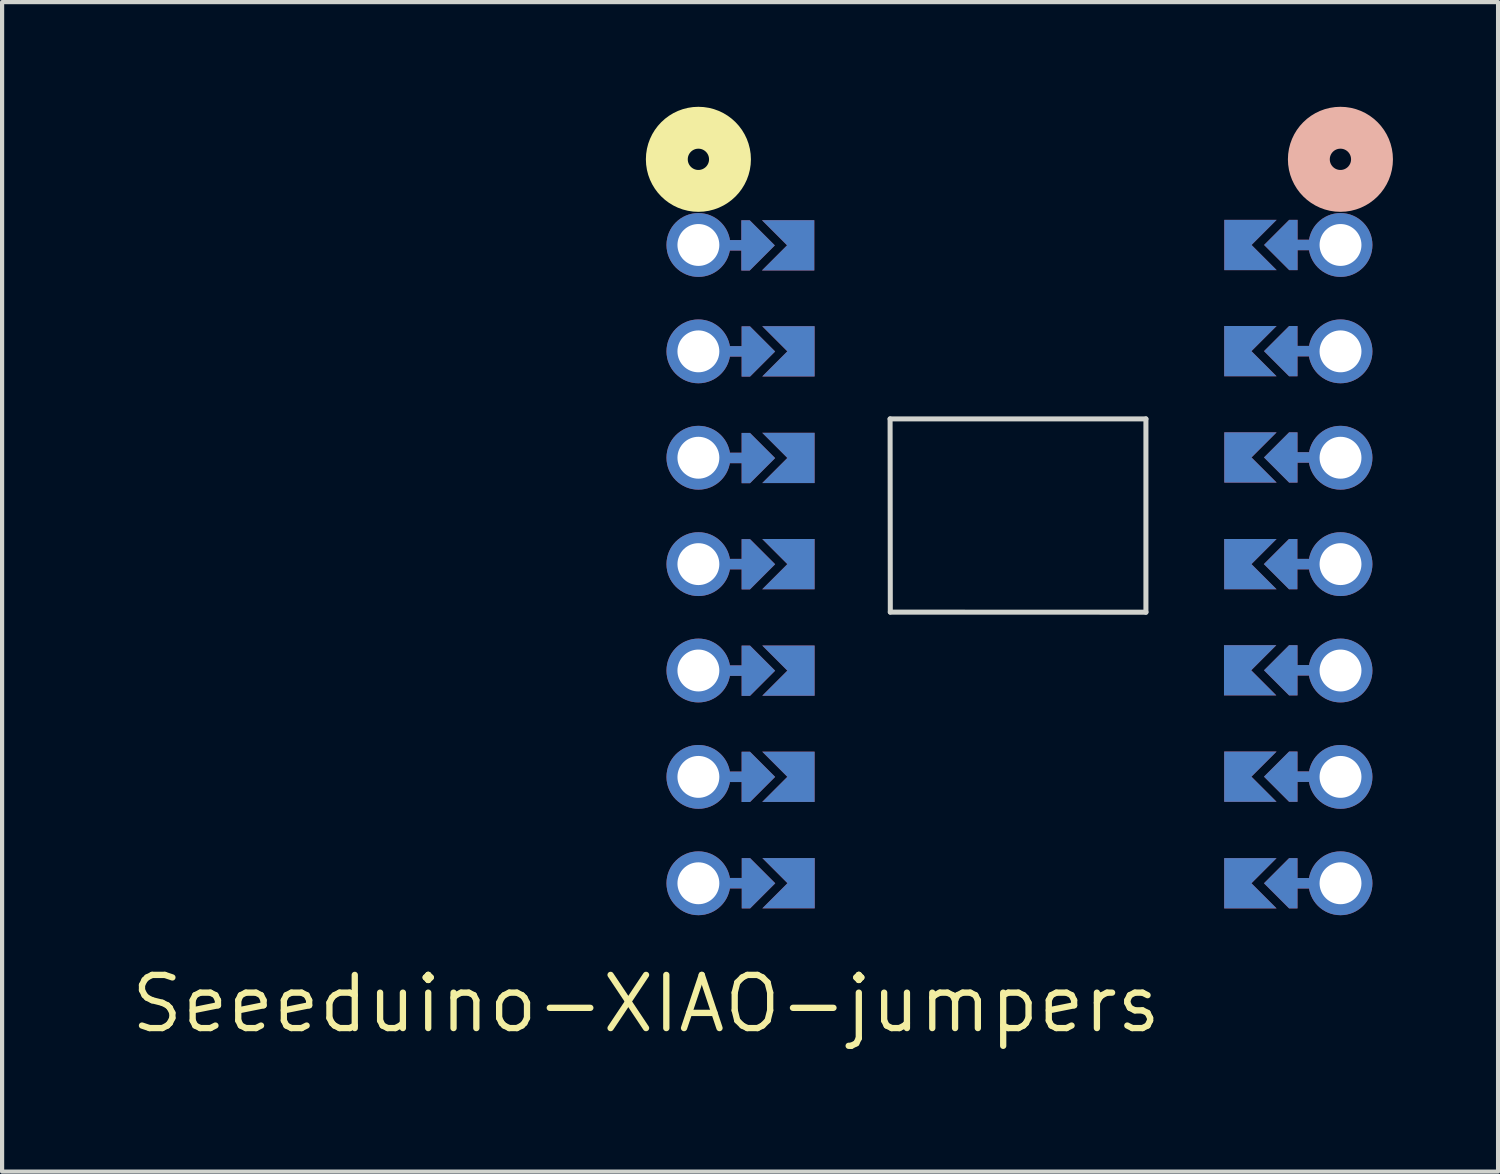
<source format=kicad_pcb>
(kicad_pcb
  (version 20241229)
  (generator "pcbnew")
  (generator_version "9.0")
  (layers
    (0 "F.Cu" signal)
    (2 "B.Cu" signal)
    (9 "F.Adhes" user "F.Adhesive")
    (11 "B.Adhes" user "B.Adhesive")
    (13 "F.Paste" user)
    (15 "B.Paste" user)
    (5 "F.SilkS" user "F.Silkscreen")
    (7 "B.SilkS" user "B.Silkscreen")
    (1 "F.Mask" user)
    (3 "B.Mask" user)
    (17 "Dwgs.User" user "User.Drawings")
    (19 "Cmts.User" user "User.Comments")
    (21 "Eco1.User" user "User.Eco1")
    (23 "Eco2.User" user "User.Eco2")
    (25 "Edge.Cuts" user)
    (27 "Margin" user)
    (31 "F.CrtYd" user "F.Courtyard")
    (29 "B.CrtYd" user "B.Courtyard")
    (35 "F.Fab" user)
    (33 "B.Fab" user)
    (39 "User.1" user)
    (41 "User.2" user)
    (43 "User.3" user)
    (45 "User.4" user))
  (footprint "Seeeduino-XIAO-jumpers"
    (layer "F.Cu")
    (at 12.375 20.917)
    (property "Reference" "Seeeduino-XIAO-jumpers" (at 0 0 0) (layer "F.SilkS") (effects (font (size 1.27 1.27) (thickness 0.15))))
    (attr smd)
    (fp_circle (center 1.25 -20.163) (end 1.25 -20.417) (stroke (width 1) (type solid)) (fill no) (layer "F.SilkS"))
    (fp_circle (center 16.579 -20.163) (end 16.579 -20.417) (stroke (width 1) (type solid)) (fill no) (layer "B.SilkS"))
    (fp_line (start 5.827 -13.965) (end 11.935 -13.965) (stroke (width 0.12) (type solid)) (layer "Edge.Cuts"))
    (fp_line (start 5.832 -9.352) (end 5.827 -13.965) (stroke (width 0.12) (type solid)) (layer "Edge.Cuts"))
    (fp_line (start 11.935 -13.965) (end 11.935 -9.35) (stroke (width 0.12) (type solid)) (layer "Edge.Cuts"))
    (fp_line (start 11.935 -9.35) (end 5.832 -9.352) (stroke (width 0.12) (type solid)) (layer "Edge.Cuts"))
    (pad "" thru_hole circle (at 1.25 -18.118 270) (size 1.524 1.524) (drill 1) (layers "*.Cu" "*.Mask"))
    (pad "" thru_hole circle (at 1.25 -15.578 270) (size 1.524 1.524) (drill 1) (layers "*.Cu" "*.Mask"))
    (pad "" thru_hole circle (at 1.25 -13.038 270) (size 1.524 1.524) (drill 1) (layers "*.Cu" "*.Mask"))
    (pad "" thru_hole circle (at 1.25 -10.498 270) (size 1.524 1.524) (drill 1) (layers "*.Cu" "*.Mask"))
    (pad "" thru_hole circle (at 1.25 -7.958 270) (size 1.524 1.524) (drill 1) (layers "*.Cu" "*.Mask"))
    (pad "" thru_hole circle (at 1.25 -5.418 270) (size 1.524 1.524) (drill 1) (layers "*.Cu" "*.Mask"))
    (pad "" thru_hole circle (at 1.25 -2.878 270) (size 1.524 1.524) (drill 1) (layers "*.Cu" "*.Mask"))
    (pad "" smd custom (at 2.243 -18.11 90) (size 0.25 1) (layers "F.Cu") (options (anchor rect)) (primitives))
    (pad "" smd custom (at 2.243 -18.11 90) (size 0.25 1) (layers "B.Cu") (options (anchor rect)) (primitives))
    (pad "" smd custom (at 2.25 -15.578 90) (size 0.25 1) (layers "B.Cu") (options (anchor rect)) (primitives))
    (pad "" smd custom (at 2.25 -13.033 90) (size 0.25 1) (layers "F.Cu") (options (anchor rect)) (primitives))
    (pad "" smd custom (at 2.25 -13.033 90) (size 0.25 1) (layers "B.Cu") (options (anchor rect)) (primitives))
    (pad "" smd custom (at 2.25 -10.498 90) (size 0.25 1) (layers "F.Cu") (options (anchor rect)) (primitives))
    (pad "" smd custom (at 2.25 -10.498 90) (size 0.25 1) (layers "B.Cu") (options (anchor rect)) (primitives))
    (pad "" smd custom (at 2.25 -7.955 90) (size 0.25 1) (layers "F.Cu") (options (anchor rect)) (primitives))
    (pad "" smd custom (at 2.25 -7.955 90) (size 0.25 1) (layers "B.Cu") (options (anchor rect)) (primitives))
    (pad "" smd custom (at 2.25 -5.42 90) (size 0.25 1) (layers "F.Cu") (options (anchor rect)) (primitives))
    (pad "" smd custom (at 2.25 -5.42 90) (size 0.25 1) (layers "B.Cu") (options (anchor rect)) (primitives))
    (pad "" smd custom (at 2.253 -15.578 90) (size 0.25 1) (layers "F.Cu") (options (anchor rect)) (primitives))
    (pad "" smd custom (at 2.253 -2.88 90) (size 0.25 1) (layers "F.Cu") (options (anchor rect)) (primitives))
    (pad "" smd custom (at 2.253 -2.88 90) (size 0.25 1) (layers "B.Cu") (options (anchor rect)) (primitives))
    (pad "" smd custom (at 2.675 -18.108 90) (size 0.1 0.1) (layers "F.Cu" "F.Mask") (options (anchor rect)) (primitives (gr_poly (pts (xy 0.6 -0.2) (xy 0 0.4) (xy -0.6 -0.2) (xy -0.6 -0.4) (xy 0.6 -0.4)) (width 0) (fill yes))))
    (pad "" smd custom (at 2.675 -18.108 90) (size 0.1 0.1) (layers "B.Cu" "B.Mask") (options (anchor rect)) (primitives (gr_poly (pts (xy 0.6 -0.2) (xy 0 0.4) (xy -0.6 -0.2) (xy -0.6 -0.4) (xy 0.6 -0.4)) (width 0) (fill yes))))
    (pad "" smd custom (at 2.682 -15.575 90) (size 0.1 0.1) (layers "F.Cu" "F.Mask") (options (anchor rect)) (primitives (gr_poly (pts (xy 0.6 -0.2) (xy 0 0.4) (xy -0.6 -0.2) (xy -0.6 -0.4) (xy 0.6 -0.4)) (width 0) (fill yes))))
    (pad "" smd custom (at 2.682 -15.575 90) (size 0.1 0.1) (layers "B.Cu" "B.Mask") (options (anchor rect)) (primitives (gr_poly (pts (xy 0.6 -0.2) (xy 0 0.4) (xy -0.6 -0.2) (xy -0.6 -0.4) (xy 0.6 -0.4)) (width 0) (fill yes))))
    (pad "" smd custom (at 2.682 -13.03 90) (size 0.1 0.1) (layers "F.Cu" "F.Mask") (options (anchor rect)) (primitives (gr_poly (pts (xy 0.6 -0.2) (xy 0 0.4) (xy -0.6 -0.2) (xy -0.6 -0.4) (xy 0.6 -0.4)) (width 0) (fill yes))))
    (pad "" smd custom (at 2.682 -13.03 90) (size 0.1 0.1) (layers "B.Cu" "B.Mask") (options (anchor rect)) (primitives (gr_poly (pts (xy 0.6 -0.2) (xy 0 0.4) (xy -0.6 -0.2) (xy -0.6 -0.4) (xy 0.6 -0.4)) (width 0) (fill yes))))
    (pad "" smd custom (at 2.682 -10.495 90) (size 0.1 0.1) (layers "F.Cu" "F.Mask") (options (anchor rect)) (primitives (gr_poly (pts (xy 0.6 -0.2) (xy 0 0.4) (xy -0.6 -0.2) (xy -0.6 -0.4) (xy 0.6 -0.4)) (width 0) (fill yes))))
    (pad "" smd custom (at 2.682 -10.495 90) (size 0.1 0.1) (layers "B.Cu" "B.Mask") (options (anchor rect)) (primitives (gr_poly (pts (xy 0.6 -0.2) (xy 0 0.4) (xy -0.6 -0.2) (xy -0.6 -0.4) (xy 0.6 -0.4)) (width 0) (fill yes))))
    (pad "" smd custom (at 2.682 -7.953 90) (size 0.1 0.1) (layers "F.Cu" "F.Mask") (options (anchor rect)) (primitives (gr_poly (pts (xy 0.6 -0.2) (xy 0 0.4) (xy -0.6 -0.2) (xy -0.6 -0.4) (xy 0.6 -0.4)) (width 0) (fill yes))))
    (pad "" smd custom (at 2.682 -7.953 90) (size 0.1 0.1) (layers "B.Cu" "B.Mask") (options (anchor rect)) (primitives (gr_poly (pts (xy 0.6 -0.2) (xy 0 0.4) (xy -0.6 -0.2) (xy -0.6 -0.4) (xy 0.6 -0.4)) (width 0) (fill yes))))
    (pad "" smd custom (at 2.682 -5.418 90) (size 0.1 0.1) (layers "F.Cu" "F.Mask") (options (anchor rect)) (primitives (gr_poly (pts (xy 0.6 -0.2) (xy 0 0.4) (xy -0.6 -0.2) (xy -0.6 -0.4) (xy 0.6 -0.4)) (width 0) (fill yes))))
    (pad "" smd custom (at 2.682 -5.418 90) (size 0.1 0.1) (layers "B.Cu" "B.Mask") (options (anchor rect)) (primitives (gr_poly (pts (xy 0.6 -0.2) (xy 0 0.4) (xy -0.6 -0.2) (xy -0.6 -0.4) (xy 0.6 -0.4)) (width 0) (fill yes))))
    (pad "" smd custom (at 2.685 -2.878 90) (size 0.1 0.1) (layers "F.Cu" "F.Mask") (options (anchor rect)) (primitives (gr_poly (pts (xy 0.6 -0.2) (xy 0 0.4) (xy -0.6 -0.2) (xy -0.6 -0.4) (xy 0.6 -0.4)) (width 0) (fill yes))))
    (pad "" smd custom (at 2.685 -2.878 90) (size 0.1 0.1) (layers "B.Cu" "B.Mask") (options (anchor rect)) (primitives (gr_poly (pts (xy 0.6 -0.2) (xy 0 0.4) (xy -0.6 -0.2) (xy -0.6 -0.4) (xy 0.6 -0.4)) (width 0) (fill yes))))
    (pad "" smd custom (at 15.151 -10.498 270) (size 0.1 0.1) (layers "F.Cu" "F.Mask") (options (anchor rect)) (primitives (gr_poly (pts (xy 0.6 -0.2) (xy 0 0.4) (xy -0.6 -0.2) (xy -0.6 -0.4) (xy 0.6 -0.4)) (width 0) (fill yes))))
    (pad "" smd custom (at 15.151 -10.498 270) (size 0.1 0.1) (layers "B.Cu" "B.Mask") (options (anchor rect)) (primitives (gr_poly (pts (xy 0.6 -0.2) (xy 0 0.4) (xy -0.6 -0.2) (xy -0.6 -0.4) (xy 0.6 -0.4)) (width 0) (fill yes))))
    (pad "" smd custom (at 15.154 -15.583 270) (size 0.1 0.1) (layers "F.Cu" "F.Mask") (options (anchor rect)) (primitives (gr_poly (pts (xy 0.6 -0.2) (xy 0 0.4) (xy -0.6 -0.2) (xy -0.6 -0.4) (xy 0.6 -0.4)) (width 0) (fill yes))))
    (pad "" smd custom (at 15.154 -15.583 270) (size 0.1 0.1) (layers "B.Cu" "B.Mask") (options (anchor rect)) (primitives (gr_poly (pts (xy 0.6 -0.2) (xy 0 0.4) (xy -0.6 -0.2) (xy -0.6 -0.4) (xy 0.6 -0.4)) (width 0) (fill yes))))
    (pad "" smd custom (at 15.154 -13.045 270) (size 0.1 0.1) (layers "F.Cu" "F.Mask") (options (anchor rect)) (primitives (gr_poly (pts (xy 0.6 -0.2) (xy 0 0.4) (xy -0.6 -0.2) (xy -0.6 -0.4) (xy 0.6 -0.4)) (width 0) (fill yes))))
    (pad "" smd custom (at 15.154 -13.045 270) (size 0.1 0.1) (layers "B.Cu" "B.Mask") (options (anchor rect)) (primitives (gr_poly (pts (xy 0.6 -0.2) (xy 0 0.4) (xy -0.6 -0.2) (xy -0.6 -0.4) (xy 0.6 -0.4)) (width 0) (fill yes))))
    (pad "" smd custom (at 15.154 -7.963 270) (size 0.1 0.1) (layers "F.Cu" "F.Mask") (options (anchor rect)) (primitives (gr_poly (pts (xy 0.6 -0.2) (xy 0 0.4) (xy -0.6 -0.2) (xy -0.6 -0.4) (xy 0.6 -0.4)) (width 0) (fill yes))))
    (pad "" smd custom (at 15.154 -7.963 270) (size 0.1 0.1) (layers "B.Cu" "B.Mask") (options (anchor rect)) (primitives (gr_poly (pts (xy 0.6 -0.2) (xy 0 0.4) (xy -0.6 -0.2) (xy -0.6 -0.4) (xy 0.6 -0.4)) (width 0) (fill yes))))
    (pad "" smd custom (at 15.154 -5.423 270) (size 0.1 0.1) (layers "F.Cu" "F.Mask") (options (anchor rect)) (primitives (gr_poly (pts (xy 0.6 -0.2) (xy 0 0.4) (xy -0.6 -0.2) (xy -0.6 -0.4) (xy 0.6 -0.4)) (width 0) (fill yes))))
    (pad "" smd custom (at 15.154 -5.423 270) (size 0.1 0.1) (layers "B.Cu" "B.Mask") (options (anchor rect)) (primitives (gr_poly (pts (xy 0.6 -0.2) (xy 0 0.4) (xy -0.6 -0.2) (xy -0.6 -0.4) (xy 0.6 -0.4)) (width 0) (fill yes))))
    (pad "" smd custom (at 15.154 -2.878 270) (size 0.1 0.1) (layers "F.Cu" "F.Mask") (options (anchor rect)) (primitives (gr_poly (pts (xy 0.6 -0.2) (xy 0 0.4) (xy -0.6 -0.2) (xy -0.6 -0.4) (xy 0.6 -0.4)) (width 0) (fill yes))))
    (pad "" smd custom (at 15.154 -2.878 270) (size 0.1 0.1) (layers "B.Cu" "B.Mask") (options (anchor rect)) (primitives (gr_poly (pts (xy 0.6 -0.2) (xy 0 0.4) (xy -0.6 -0.2) (xy -0.6 -0.4) (xy 0.6 -0.4)) (width 0) (fill yes))))
    (pad "" smd custom (at 15.156 -18.118 270) (size 0.1 0.1) (layers "F.Cu" "F.Mask") (options (anchor rect)) (primitives (gr_poly (pts (xy 0.6 -0.2) (xy 0 0.4) (xy -0.6 -0.2) (xy -0.6 -0.4) (xy 0.6 -0.4)) (width 0) (fill yes))))
    (pad "" smd custom (at 15.156 -18.118 270) (size 0.1 0.1) (layers "B.Cu" "B.Mask") (options (anchor rect)) (primitives (gr_poly (pts (xy 0.6 -0.2) (xy 0 0.4) (xy -0.6 -0.2) (xy -0.6 -0.4) (xy 0.6 -0.4)) (width 0) (fill yes))))
    (pad "" smd custom (at 15.573 -7.963 270) (size 0.25 1) (layers "F.Cu") (options (anchor rect)) (primitives))
    (pad "" smd custom (at 15.573 -7.963 270) (size 0.25 1) (layers "B.Cu") (options (anchor rect)) (primitives))
    (pad "" smd custom (at 15.578 -15.583 270) (size 0.25 1) (layers "F.Cu") (options (anchor rect)) (primitives))
    (pad "" smd custom (at 15.578 -15.583 270) (size 0.25 1) (layers "B.Cu") (options (anchor rect)) (primitives))
    (pad "" smd custom (at 15.578 -10.498 270) (size 0.25 1) (layers "F.Cu") (options (anchor rect)) (primitives))
    (pad "" smd custom (at 15.578 -10.498 270) (size 0.25 1) (layers "B.Cu") (options (anchor rect)) (primitives))
    (pad "" smd custom (at 15.578 -5.423 270) (size 0.25 1) (layers "F.Cu") (options (anchor rect)) (primitives))
    (pad "" smd custom (at 15.578 -5.423 270) (size 0.25 1) (layers "B.Cu") (options (anchor rect)) (primitives))
    (pad "" smd custom (at 15.578 -2.878 270) (size 0.25 1) (layers "F.Cu") (options (anchor rect)) (primitives))
    (pad "" smd custom (at 15.578 -2.878 270) (size 0.25 1) (layers "B.Cu") (options (anchor rect)) (primitives))
    (pad "" smd custom (at 15.58 -18.118 270) (size 0.25 1) (layers "F.Cu") (options (anchor rect)) (primitives))
    (pad "" smd custom (at 15.58 -18.118 270) (size 0.25 1) (layers "B.Cu") (options (anchor rect)) (primitives))
    (pad "" smd custom (at 15.58 -13.045 270) (size 0.25 1) (layers "F.Cu") (options (anchor rect)) (primitives))
    (pad "" smd custom (at 15.58 -13.045 270) (size 0.25 1) (layers "B.Cu") (options (anchor rect)) (primitives))
    (pad "" thru_hole circle (at 16.581 -18.118 270) (size 1.524 1.524) (drill 1) (layers "*.Cu" "*.Mask"))
    (pad "" thru_hole circle (at 16.581 -15.578 270) (size 1.524 1.524) (drill 1) (layers "*.Cu" "*.Mask"))
    (pad "" thru_hole circle (at 16.581 -13.038 270) (size 1.524 1.524) (drill 1) (layers "*.Cu" "*.Mask"))
    (pad "" thru_hole circle (at 16.581 -10.498 270) (size 1.524 1.524) (drill 1) (layers "*.Cu" "*.Mask"))
    (pad "" thru_hole circle (at 16.581 -7.958 270) (size 1.524 1.524) (drill 1) (layers "*.Cu" "*.Mask"))
    (pad "" thru_hole circle (at 16.581 -5.418 270) (size 1.524 1.524) (drill 1) (layers "*.Cu" "*.Mask"))
    (pad "" thru_hole circle (at 16.581 -2.878 270) (size 1.524 1.524) (drill 1) (layers "*.Cu" "*.Mask"))
    (pad "1" smd custom (at 3.767 -18.11 90) (size 1.2 0.5) (layers "F.Cu" "F.Mask") (options (anchor rect)) (primitives (gr_poly (pts (xy 0.6 0) (xy -0.6 0) (xy -0.6 -1) (xy 0 -0.4) (xy 0.6 -1)) (width 0) (fill yes))))
    (pad "1" smd custom (at 14.056 -18.118 270) (size 1.2 0.5) (layers "B.Cu" "B.Mask") (options (anchor rect)) (primitives (gr_poly (pts (xy 0.6 0) (xy -0.6 0) (xy -0.6 -1) (xy 0 -0.4) (xy 0.6 -1)) (width 0) (fill yes))))
    (pad "2" smd custom (at 3.774 -15.578 90) (size 1.2 0.5) (layers "F.Cu" "F.Mask") (options (anchor rect)) (primitives (gr_poly (pts (xy 0.6 0) (xy -0.6 0) (xy -0.6 -1) (xy 0 -0.4) (xy 0.6 -1)) (width 0) (fill yes))))
    (pad "2" smd custom (at 14.054 -15.583 270) (size 1.2 0.5) (layers "B.Cu" "B.Mask") (options (anchor rect)) (primitives (gr_poly (pts (xy 0.6 0) (xy -0.6 0) (xy -0.6 -1) (xy 0 -0.4) (xy 0.6 -1)) (width 0) (fill yes))))
    (pad "3" smd custom (at 3.774 -13.033 90) (size 1.2 0.5) (layers "F.Cu" "F.Mask") (options (anchor rect)) (primitives (gr_poly (pts (xy 0.6 0) (xy -0.6 0) (xy -0.6 -1) (xy 0 -0.4) (xy 0.6 -1)) (width 0) (fill yes))))
    (pad "3" smd custom (at 14.056 -13.045 270) (size 1.2 0.5) (layers "B.Cu" "B.Mask") (options (anchor rect)) (primitives (gr_poly (pts (xy 0.6 0) (xy -0.6 0) (xy -0.6 -1) (xy 0 -0.4) (xy 0.6 -1)) (width 0) (fill yes))))
    (pad "4" smd custom (at 3.774 -10.498 90) (size 1.2 0.5) (layers "F.Cu" "F.Mask") (options (anchor rect)) (primitives (gr_poly (pts (xy 0.6 0) (xy -0.6 0) (xy -0.6 -1) (xy 0 -0.4) (xy 0.6 -1)) (width 0) (fill yes))))
    (pad "4" smd custom (at 14.054 -10.498 270) (size 1.2 0.5) (layers "B.Cu" "B.Mask") (options (anchor rect)) (primitives (gr_poly (pts (xy 0.6 0) (xy -0.6 0) (xy -0.6 -1) (xy 0 -0.4) (xy 0.6 -1)) (width 0) (fill yes))))
    (pad "5" smd custom (at 3.774 -7.955 90) (size 1.2 0.5) (layers "F.Cu" "F.Mask") (options (anchor rect)) (primitives (gr_poly (pts (xy 0.6 0) (xy -0.6 0) (xy -0.6 -1) (xy 0 -0.4) (xy 0.6 -1)) (width 0) (fill yes))))
    (pad "5" smd custom (at 14.049 -7.963 270) (size 1.2 0.5) (layers "B.Cu" "B.Mask") (options (anchor rect)) (primitives (gr_poly (pts (xy 0.6 0) (xy -0.6 0) (xy -0.6 -1) (xy 0 -0.4) (xy 0.6 -1)) (width 0) (fill yes))))
    (pad "6" smd custom (at 3.774 -5.42 90) (size 1.2 0.5) (layers "F.Cu" "F.Mask") (options (anchor rect)) (primitives (gr_poly (pts (xy 0.6 0) (xy -0.6 0) (xy -0.6 -1) (xy 0 -0.4) (xy 0.6 -1)) (width 0) (fill yes))))
    (pad "6" smd custom (at 14.054 -5.423 270) (size 1.2 0.5) (layers "B.Cu" "B.Mask") (options (anchor rect)) (primitives (gr_poly (pts (xy 0.6 0) (xy -0.6 0) (xy -0.6 -1) (xy 0 -0.4) (xy 0.6 -1)) (width 0) (fill yes))))
    (pad "7" smd custom (at 3.777 -2.88 90) (size 1.2 0.5) (layers "F.Cu" "F.Mask") (options (anchor rect)) (primitives (gr_poly (pts (xy 0.6 0) (xy -0.6 0) (xy -0.6 -1) (xy 0 -0.4) (xy 0.6 -1)) (width 0) (fill yes))))
    (pad "7" smd custom (at 14.054 -2.878 270) (size 1.2 0.5) (layers "B.Cu" "B.Mask") (options (anchor rect)) (primitives (gr_poly (pts (xy 0.6 0) (xy -0.6 0) (xy -0.6 -1) (xy 0 -0.4) (xy 0.6 -1)) (width 0) (fill yes))))
    (pad "8" smd custom (at 3.777 -2.88 90) (size 1.2 0.5) (layers "B.Cu" "B.Mask") (options (anchor rect)) (primitives (gr_poly (pts (xy 0.6 0) (xy -0.6 0) (xy -0.6 -1) (xy 0 -0.4) (xy 0.6 -1)) (width 0) (fill yes))))
    (pad "8" smd custom (at 14.054 -2.878 270) (size 1.2 0.5) (layers "F.Cu" "F.Mask") (options (anchor rect)) (primitives (gr_poly (pts (xy 0.6 0) (xy -0.6 0) (xy -0.6 -1) (xy 0 -0.4) (xy 0.6 -1)) (width 0) (fill yes))))
    (pad "9" smd custom (at 3.774 -5.42 90) (size 1.2 0.5) (layers "B.Cu" "B.Mask") (options (anchor rect)) (primitives (gr_poly (pts (xy 0.6 0) (xy -0.6 0) (xy -0.6 -1) (xy 0 -0.4) (xy 0.6 -1)) (width 0) (fill yes))))
    (pad "9" smd custom (at 14.054 -5.423 270) (size 1.2 0.5) (layers "F.Cu" "F.Mask") (options (anchor rect)) (primitives (gr_poly (pts (xy 0.6 0) (xy -0.6 0) (xy -0.6 -1) (xy 0 -0.4) (xy 0.6 -1)) (width 0) (fill yes))))
    (pad "10" smd custom (at 3.774 -7.955 90) (size 1.2 0.5) (layers "B.Cu" "B.Mask") (options (anchor rect)) (primitives (gr_poly (pts (xy 0.6 0) (xy -0.6 0) (xy -0.6 -1) (xy 0 -0.4) (xy 0.6 -1)) (width 0) (fill yes))))
    (pad "10" smd custom (at 14.049 -7.963 270) (size 1.2 0.5) (layers "F.Cu" "F.Mask") (options (anchor rect)) (primitives (gr_poly (pts (xy 0.6 0) (xy -0.6 0) (xy -0.6 -1) (xy 0 -0.4) (xy 0.6 -1)) (width 0) (fill yes))))
    (pad "11" smd custom (at 3.774 -10.498 90) (size 1.2 0.5) (layers "B.Cu" "B.Mask") (options (anchor rect)) (primitives (gr_poly (pts (xy 0.6 0) (xy -0.6 0) (xy -0.6 -1) (xy 0 -0.4) (xy 0.6 -1)) (width 0) (fill yes))))
    (pad "11" smd custom (at 14.054 -10.498 270) (size 1.2 0.5) (layers "F.Cu" "F.Mask") (options (anchor rect)) (primitives (gr_poly (pts (xy 0.6 0) (xy -0.6 0) (xy -0.6 -1) (xy 0 -0.4) (xy 0.6 -1)) (width 0) (fill yes))))
    (pad "12" smd custom (at 3.774 -13.033 90) (size 1.2 0.5) (layers "B.Cu" "B.Mask") (options (anchor rect)) (primitives (gr_poly (pts (xy 0.6 0) (xy -0.6 0) (xy -0.6 -1) (xy 0 -0.4) (xy 0.6 -1)) (width 0) (fill yes))))
    (pad "12" smd custom (at 14.056 -13.045 270) (size 1.2 0.5) (layers "F.Cu" "F.Mask") (options (anchor rect)) (primitives (gr_poly (pts (xy 0.6 0) (xy -0.6 0) (xy -0.6 -1) (xy 0 -0.4) (xy 0.6 -1)) (width 0) (fill yes))))
    (pad "13" smd custom (at 3.774 -15.578 90) (size 1.2 0.5) (layers "B.Cu" "B.Mask") (options (anchor rect)) (primitives (gr_poly (pts (xy 0.6 0) (xy -0.6 0) (xy -0.6 -1) (xy 0 -0.4) (xy 0.6 -1)) (width 0) (fill yes))))
    (pad "13" smd custom (at 14.054 -15.583 270) (size 1.2 0.5) (layers "F.Cu" "F.Mask") (options (anchor rect)) (primitives (gr_poly (pts (xy 0.6 0) (xy -0.6 0) (xy -0.6 -1) (xy 0 -0.4) (xy 0.6 -1)) (width 0) (fill yes))))
    (pad "14" smd custom (at 3.767 -18.11 90) (size 1.2 0.5) (layers "B.Cu" "B.Mask") (options (anchor rect)) (primitives (gr_poly (pts (xy 0.6 0) (xy -0.6 0) (xy -0.6 -1) (xy 0 -0.4) (xy 0.6 -1)) (width 0) (fill yes))))
    (pad "14" smd custom (at 14.056 -18.118 270) (size 1.2 0.5) (layers "F.Cu" "F.Mask") (options (anchor rect)) (primitives (gr_poly (pts (xy 0.6 0) (xy -0.6 0) (xy -0.6 -1) (xy 0 -0.4) (xy 0.6 -1)) (width 0) (fill yes)))))
  (gr_rect
    (start -3 -3)
    (end 32.718 24.923)
    (stroke (width 0.1) (type default))
    (fill no)
    (layer "Edge.Cuts")))
</source>
